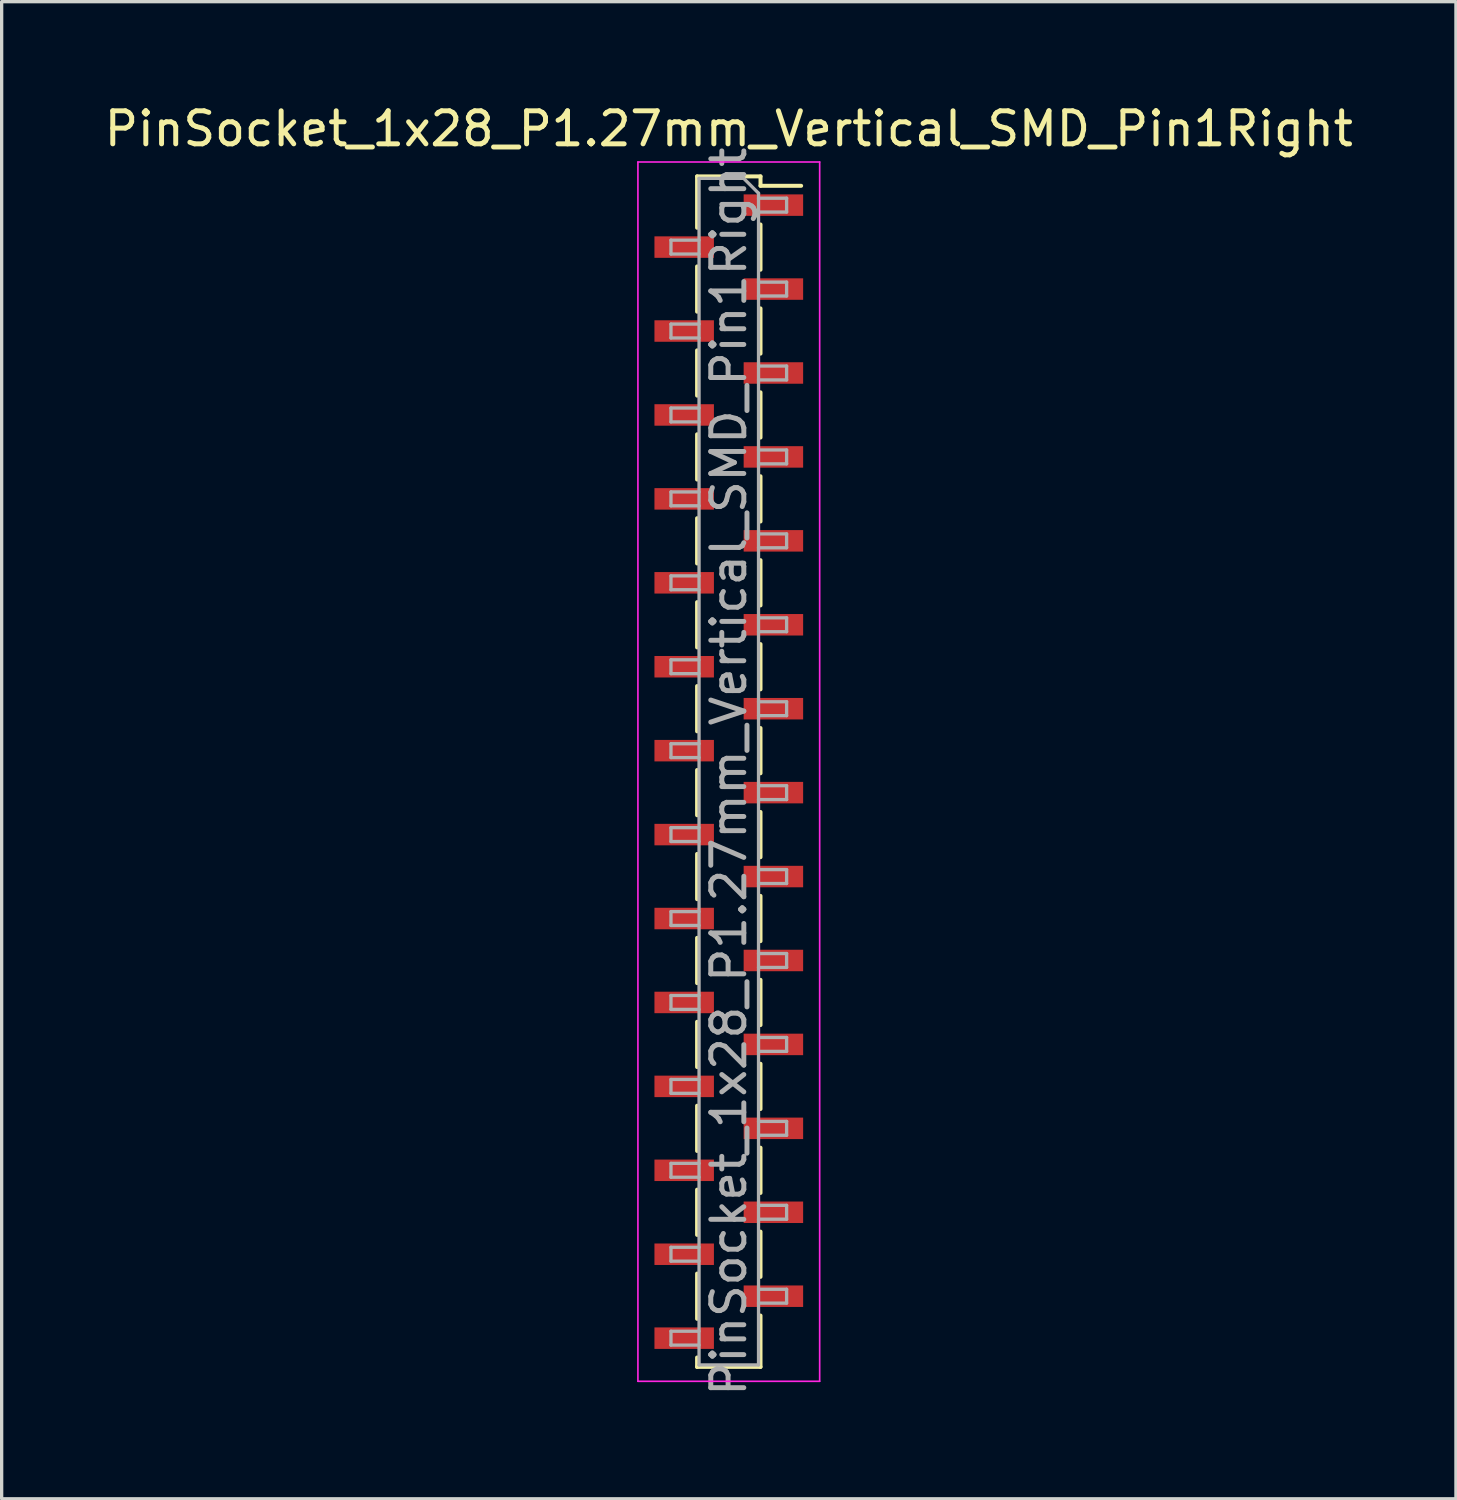
<source format=kicad_pcb>
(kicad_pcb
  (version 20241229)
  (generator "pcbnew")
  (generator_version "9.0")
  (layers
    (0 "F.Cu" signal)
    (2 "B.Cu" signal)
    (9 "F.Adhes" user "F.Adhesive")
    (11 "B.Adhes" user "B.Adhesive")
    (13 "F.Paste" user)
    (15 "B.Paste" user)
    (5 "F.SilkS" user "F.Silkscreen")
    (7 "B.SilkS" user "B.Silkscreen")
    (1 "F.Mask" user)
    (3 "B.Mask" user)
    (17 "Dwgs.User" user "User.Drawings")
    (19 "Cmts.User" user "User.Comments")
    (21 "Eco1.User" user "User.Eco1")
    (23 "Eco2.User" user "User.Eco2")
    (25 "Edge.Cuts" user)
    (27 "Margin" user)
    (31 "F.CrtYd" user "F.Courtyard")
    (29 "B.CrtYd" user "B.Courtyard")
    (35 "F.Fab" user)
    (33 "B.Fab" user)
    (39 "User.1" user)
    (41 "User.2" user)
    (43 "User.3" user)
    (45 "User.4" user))
  (footprint "PinSocket_1x28_P1.27mm_Vertical_SMD_Pin1Right"
    (layer "F.Cu")
    (at 19.006 20.303)
    (property "Reference" "PinSocket_1x28_P1.27mm_Vertical_SMD_Pin1Right" (at 0 -19.455 0) (layer "F.SilkS") (effects (font (size 1 1) (thickness 0.15))))
    (attr smd)
    (fp_line (start -0.96 -18.015) (end -0.96 -16.46) (stroke (width 0.12) (type solid)) (layer "F.SilkS"))
    (fp_line (start -0.96 -18.015) (end 0.96 -18.015) (stroke (width 0.12) (type solid)) (layer "F.SilkS"))
    (fp_line (start -0.96 -15.29) (end -0.96 -13.92) (stroke (width 0.12) (type solid)) (layer "F.SilkS"))
    (fp_line (start -0.96 -12.75) (end -0.96 -11.38) (stroke (width 0.12) (type solid)) (layer "F.SilkS"))
    (fp_line (start -0.96 -10.21) (end -0.96 -8.84) (stroke (width 0.12) (type solid)) (layer "F.SilkS"))
    (fp_line (start -0.96 -7.67) (end -0.96 -6.3) (stroke (width 0.12) (type solid)) (layer "F.SilkS"))
    (fp_line (start -0.96 -5.13) (end -0.96 -3.76) (stroke (width 0.12) (type solid)) (layer "F.SilkS"))
    (fp_line (start -0.96 -2.59) (end -0.96 -1.22) (stroke (width 0.12) (type solid)) (layer "F.SilkS"))
    (fp_line (start -0.96 -0.05) (end -0.96 1.32) (stroke (width 0.12) (type solid)) (layer "F.SilkS"))
    (fp_line (start -0.96 2.49) (end -0.96 3.86) (stroke (width 0.12) (type solid)) (layer "F.SilkS"))
    (fp_line (start -0.96 5.03) (end -0.96 6.4) (stroke (width 0.12) (type solid)) (layer "F.SilkS"))
    (fp_line (start -0.96 7.57) (end -0.96 8.94) (stroke (width 0.12) (type solid)) (layer "F.SilkS"))
    (fp_line (start -0.96 10.11) (end -0.96 11.48) (stroke (width 0.12) (type solid)) (layer "F.SilkS"))
    (fp_line (start -0.96 12.65) (end -0.96 14.02) (stroke (width 0.12) (type solid)) (layer "F.SilkS"))
    (fp_line (start -0.96 15.19) (end -0.96 16.56) (stroke (width 0.12) (type solid)) (layer "F.SilkS"))
    (fp_line (start -0.96 17.73) (end -0.96 18.015) (stroke (width 0.12) (type solid)) (layer "F.SilkS"))
    (fp_line (start -0.96 18.015) (end 0.96 18.015) (stroke (width 0.12) (type solid)) (layer "F.SilkS"))
    (fp_line (start 0.96 -18.015) (end 0.96 -17.73) (stroke (width 0.12) (type solid)) (layer "F.SilkS"))
    (fp_line (start 0.96 -17.73) (end 2.19 -17.73) (stroke (width 0.12) (type solid)) (layer "F.SilkS"))
    (fp_line (start 0.96 -16.56) (end 0.96 -15.19) (stroke (width 0.12) (type solid)) (layer "F.SilkS"))
    (fp_line (start 0.96 -14.02) (end 0.96 -12.65) (stroke (width 0.12) (type solid)) (layer "F.SilkS"))
    (fp_line (start 0.96 -11.48) (end 0.96 -10.11) (stroke (width 0.12) (type solid)) (layer "F.SilkS"))
    (fp_line (start 0.96 -8.94) (end 0.96 -7.57) (stroke (width 0.12) (type solid)) (layer "F.SilkS"))
    (fp_line (start 0.96 -6.4) (end 0.96 -5.03) (stroke (width 0.12) (type solid)) (layer "F.SilkS"))
    (fp_line (start 0.96 -3.86) (end 0.96 -2.49) (stroke (width 0.12) (type solid)) (layer "F.SilkS"))
    (fp_line (start 0.96 -1.32) (end 0.96 0.05) (stroke (width 0.12) (type solid)) (layer "F.SilkS"))
    (fp_line (start 0.96 1.22) (end 0.96 2.59) (stroke (width 0.12) (type solid)) (layer "F.SilkS"))
    (fp_line (start 0.96 3.76) (end 0.96 5.13) (stroke (width 0.12) (type solid)) (layer "F.SilkS"))
    (fp_line (start 0.96 6.3) (end 0.96 7.67) (stroke (width 0.12) (type solid)) (layer "F.SilkS"))
    (fp_line (start 0.96 8.84) (end 0.96 10.21) (stroke (width 0.12) (type solid)) (layer "F.SilkS"))
    (fp_line (start 0.96 11.38) (end 0.96 12.75) (stroke (width 0.12) (type solid)) (layer "F.SilkS"))
    (fp_line (start 0.96 13.92) (end 0.96 15.29) (stroke (width 0.12) (type solid)) (layer "F.SilkS"))
    (fp_line (start 0.96 16.46) (end 0.96 18.015) (stroke (width 0.12) (type solid)) (layer "F.SilkS"))
    (fp_line (start -2.75 -18.45) (end 2.75 -18.45) (stroke (width 0.05) (type solid)) (layer "F.CrtYd"))
    (fp_line (start -2.75 18.45) (end -2.75 -18.45) (stroke (width 0.05) (type solid)) (layer "F.CrtYd"))
    (fp_line (start 2.75 -18.45) (end 2.75 18.45) (stroke (width 0.05) (type solid)) (layer "F.CrtYd"))
    (fp_line (start 2.75 18.45) (end -2.75 18.45) (stroke (width 0.05) (type solid)) (layer "F.CrtYd"))
    (fp_line (start -1.75 -16.085) (end -0.9 -16.085) (stroke (width 0.1) (type solid)) (layer "F.Fab"))
    (fp_line (start -1.75 -15.665) (end -1.75 -16.085) (stroke (width 0.1) (type solid)) (layer "F.Fab"))
    (fp_line (start -1.75 -13.545) (end -0.9 -13.545) (stroke (width 0.1) (type solid)) (layer "F.Fab"))
    (fp_line (start -1.75 -13.125) (end -1.75 -13.545) (stroke (width 0.1) (type solid)) (layer "F.Fab"))
    (fp_line (start -1.75 -11.005) (end -0.9 -11.005) (stroke (width 0.1) (type solid)) (layer "F.Fab"))
    (fp_line (start -1.75 -10.585) (end -1.75 -11.005) (stroke (width 0.1) (type solid)) (layer "F.Fab"))
    (fp_line (start -1.75 -8.465) (end -0.9 -8.465) (stroke (width 0.1) (type solid)) (layer "F.Fab"))
    (fp_line (start -1.75 -8.045) (end -1.75 -8.465) (stroke (width 0.1) (type solid)) (layer "F.Fab"))
    (fp_line (start -1.75 -5.925) (end -0.9 -5.925) (stroke (width 0.1) (type solid)) (layer "F.Fab"))
    (fp_line (start -1.75 -5.505) (end -1.75 -5.925) (stroke (width 0.1) (type solid)) (layer "F.Fab"))
    (fp_line (start -1.75 -3.385) (end -0.9 -3.385) (stroke (width 0.1) (type solid)) (layer "F.Fab"))
    (fp_line (start -1.75 -2.965) (end -1.75 -3.385) (stroke (width 0.1) (type solid)) (layer "F.Fab"))
    (fp_line (start -1.75 -0.845) (end -0.9 -0.845) (stroke (width 0.1) (type solid)) (layer "F.Fab"))
    (fp_line (start -1.75 -0.425) (end -1.75 -0.845) (stroke (width 0.1) (type solid)) (layer "F.Fab"))
    (fp_line (start -1.75 1.695) (end -0.9 1.695) (stroke (width 0.1) (type solid)) (layer "F.Fab"))
    (fp_line (start -1.75 2.115) (end -1.75 1.695) (stroke (width 0.1) (type solid)) (layer "F.Fab"))
    (fp_line (start -1.75 4.235) (end -0.9 4.235) (stroke (width 0.1) (type solid)) (layer "F.Fab"))
    (fp_line (start -1.75 4.655) (end -1.75 4.235) (stroke (width 0.1) (type solid)) (layer "F.Fab"))
    (fp_line (start -1.75 6.775) (end -0.9 6.775) (stroke (width 0.1) (type solid)) (layer "F.Fab"))
    (fp_line (start -1.75 7.195) (end -1.75 6.775) (stroke (width 0.1) (type solid)) (layer "F.Fab"))
    (fp_line (start -1.75 9.315) (end -0.9 9.315) (stroke (width 0.1) (type solid)) (layer "F.Fab"))
    (fp_line (start -1.75 9.735) (end -1.75 9.315) (stroke (width 0.1) (type solid)) (layer "F.Fab"))
    (fp_line (start -1.75 11.855) (end -0.9 11.855) (stroke (width 0.1) (type solid)) (layer "F.Fab"))
    (fp_line (start -1.75 12.275) (end -1.75 11.855) (stroke (width 0.1) (type solid)) (layer "F.Fab"))
    (fp_line (start -1.75 14.395) (end -0.9 14.395) (stroke (width 0.1) (type solid)) (layer "F.Fab"))
    (fp_line (start -1.75 14.815) (end -1.75 14.395) (stroke (width 0.1) (type solid)) (layer "F.Fab"))
    (fp_line (start -1.75 16.935) (end -0.9 16.935) (stroke (width 0.1) (type solid)) (layer "F.Fab"))
    (fp_line (start -1.75 17.355) (end -1.75 16.935) (stroke (width 0.1) (type solid)) (layer "F.Fab"))
    (fp_line (start -0.9 -17.955) (end 0.45 -17.955) (stroke (width 0.1) (type solid)) (layer "F.Fab"))
    (fp_line (start -0.9 -15.665) (end -1.75 -15.665) (stroke (width 0.1) (type solid)) (layer "F.Fab"))
    (fp_line (start -0.9 -13.125) (end -1.75 -13.125) (stroke (width 0.1) (type solid)) (layer "F.Fab"))
    (fp_line (start -0.9 -10.585) (end -1.75 -10.585) (stroke (width 0.1) (type solid)) (layer "F.Fab"))
    (fp_line (start -0.9 -8.045) (end -1.75 -8.045) (stroke (width 0.1) (type solid)) (layer "F.Fab"))
    (fp_line (start -0.9 -5.505) (end -1.75 -5.505) (stroke (width 0.1) (type solid)) (layer "F.Fab"))
    (fp_line (start -0.9 -2.965) (end -1.75 -2.965) (stroke (width 0.1) (type solid)) (layer "F.Fab"))
    (fp_line (start -0.9 -0.425) (end -1.75 -0.425) (stroke (width 0.1) (type solid)) (layer "F.Fab"))
    (fp_line (start -0.9 2.115) (end -1.75 2.115) (stroke (width 0.1) (type solid)) (layer "F.Fab"))
    (fp_line (start -0.9 4.655) (end -1.75 4.655) (stroke (width 0.1) (type solid)) (layer "F.Fab"))
    (fp_line (start -0.9 7.195) (end -1.75 7.195) (stroke (width 0.1) (type solid)) (layer "F.Fab"))
    (fp_line (start -0.9 9.735) (end -1.75 9.735) (stroke (width 0.1) (type solid)) (layer "F.Fab"))
    (fp_line (start -0.9 12.275) (end -1.75 12.275) (stroke (width 0.1) (type solid)) (layer "F.Fab"))
    (fp_line (start -0.9 14.815) (end -1.75 14.815) (stroke (width 0.1) (type solid)) (layer "F.Fab"))
    (fp_line (start -0.9 17.355) (end -1.75 17.355) (stroke (width 0.1) (type solid)) (layer "F.Fab"))
    (fp_line (start -0.9 17.955) (end -0.9 -17.955) (stroke (width 0.1) (type solid)) (layer "F.Fab"))
    (fp_line (start 0.45 -17.955) (end 0.9 -17.505) (stroke (width 0.1) (type solid)) (layer "F.Fab"))
    (fp_line (start 0.9 -17.505) (end 0.9 17.955) (stroke (width 0.1) (type solid)) (layer "F.Fab"))
    (fp_line (start 0.9 -17.355) (end 1.75 -17.355) (stroke (width 0.1) (type solid)) (layer "F.Fab"))
    (fp_line (start 0.9 -14.815) (end 1.75 -14.815) (stroke (width 0.1) (type solid)) (layer "F.Fab"))
    (fp_line (start 0.9 -12.275) (end 1.75 -12.275) (stroke (width 0.1) (type solid)) (layer "F.Fab"))
    (fp_line (start 0.9 -9.735) (end 1.75 -9.735) (stroke (width 0.1) (type solid)) (layer "F.Fab"))
    (fp_line (start 0.9 -7.195) (end 1.75 -7.195) (stroke (width 0.1) (type solid)) (layer "F.Fab"))
    (fp_line (start 0.9 -4.655) (end 1.75 -4.655) (stroke (width 0.1) (type solid)) (layer "F.Fab"))
    (fp_line (start 0.9 -2.115) (end 1.75 -2.115) (stroke (width 0.1) (type solid)) (layer "F.Fab"))
    (fp_line (start 0.9 0.425) (end 1.75 0.425) (stroke (width 0.1) (type solid)) (layer "F.Fab"))
    (fp_line (start 0.9 2.965) (end 1.75 2.965) (stroke (width 0.1) (type solid)) (layer "F.Fab"))
    (fp_line (start 0.9 5.505) (end 1.75 5.505) (stroke (width 0.1) (type solid)) (layer "F.Fab"))
    (fp_line (start 0.9 8.045) (end 1.75 8.045) (stroke (width 0.1) (type solid)) (layer "F.Fab"))
    (fp_line (start 0.9 10.585) (end 1.75 10.585) (stroke (width 0.1) (type solid)) (layer "F.Fab"))
    (fp_line (start 0.9 13.125) (end 1.75 13.125) (stroke (width 0.1) (type solid)) (layer "F.Fab"))
    (fp_line (start 0.9 15.665) (end 1.75 15.665) (stroke (width 0.1) (type solid)) (layer "F.Fab"))
    (fp_line (start 0.9 17.955) (end -0.9 17.955) (stroke (width 0.1) (type solid)) (layer "F.Fab"))
    (fp_line (start 1.75 -17.355) (end 1.75 -16.935) (stroke (width 0.1) (type solid)) (layer "F.Fab"))
    (fp_line (start 1.75 -16.935) (end 0.9 -16.935) (stroke (width 0.1) (type solid)) (layer "F.Fab"))
    (fp_line (start 1.75 -14.815) (end 1.75 -14.395) (stroke (width 0.1) (type solid)) (layer "F.Fab"))
    (fp_line (start 1.75 -14.395) (end 0.9 -14.395) (stroke (width 0.1) (type solid)) (layer "F.Fab"))
    (fp_line (start 1.75 -12.275) (end 1.75 -11.855) (stroke (width 0.1) (type solid)) (layer "F.Fab"))
    (fp_line (start 1.75 -11.855) (end 0.9 -11.855) (stroke (width 0.1) (type solid)) (layer "F.Fab"))
    (fp_line (start 1.75 -9.735) (end 1.75 -9.315) (stroke (width 0.1) (type solid)) (layer "F.Fab"))
    (fp_line (start 1.75 -9.315) (end 0.9 -9.315) (stroke (width 0.1) (type solid)) (layer "F.Fab"))
    (fp_line (start 1.75 -7.195) (end 1.75 -6.775) (stroke (width 0.1) (type solid)) (layer "F.Fab"))
    (fp_line (start 1.75 -6.775) (end 0.9 -6.775) (stroke (width 0.1) (type solid)) (layer "F.Fab"))
    (fp_line (start 1.75 -4.655) (end 1.75 -4.235) (stroke (width 0.1) (type solid)) (layer "F.Fab"))
    (fp_line (start 1.75 -4.235) (end 0.9 -4.235) (stroke (width 0.1) (type solid)) (layer "F.Fab"))
    (fp_line (start 1.75 -2.115) (end 1.75 -1.695) (stroke (width 0.1) (type solid)) (layer "F.Fab"))
    (fp_line (start 1.75 -1.695) (end 0.9 -1.695) (stroke (width 0.1) (type solid)) (layer "F.Fab"))
    (fp_line (start 1.75 0.425) (end 1.75 0.845) (stroke (width 0.1) (type solid)) (layer "F.Fab"))
    (fp_line (start 1.75 0.845) (end 0.9 0.845) (stroke (width 0.1) (type solid)) (layer "F.Fab"))
    (fp_line (start 1.75 2.965) (end 1.75 3.385) (stroke (width 0.1) (type solid)) (layer "F.Fab"))
    (fp_line (start 1.75 3.385) (end 0.9 3.385) (stroke (width 0.1) (type solid)) (layer "F.Fab"))
    (fp_line (start 1.75 5.505) (end 1.75 5.925) (stroke (width 0.1) (type solid)) (layer "F.Fab"))
    (fp_line (start 1.75 5.925) (end 0.9 5.925) (stroke (width 0.1) (type solid)) (layer "F.Fab"))
    (fp_line (start 1.75 8.045) (end 1.75 8.465) (stroke (width 0.1) (type solid)) (layer "F.Fab"))
    (fp_line (start 1.75 8.465) (end 0.9 8.465) (stroke (width 0.1) (type solid)) (layer "F.Fab"))
    (fp_line (start 1.75 10.585) (end 1.75 11.005) (stroke (width 0.1) (type solid)) (layer "F.Fab"))
    (fp_line (start 1.75 11.005) (end 0.9 11.005) (stroke (width 0.1) (type solid)) (layer "F.Fab"))
    (fp_line (start 1.75 13.125) (end 1.75 13.545) (stroke (width 0.1) (type solid)) (layer "F.Fab"))
    (fp_line (start 1.75 13.545) (end 0.9 13.545) (stroke (width 0.1) (type solid)) (layer "F.Fab"))
    (fp_line (start 1.75 15.665) (end 1.75 16.085) (stroke (width 0.1) (type solid)) (layer "F.Fab"))
    (fp_line (start 1.75 16.085) (end 0.9 16.085) (stroke (width 0.1) (type solid)) (layer "F.Fab"))
    (fp_text user "${REFERENCE}" (at 0 0 90) (layer "F.Fab") (effects (font (size 1 1) (thickness 0.15))))
    (pad "1" smd rect (at 1.35 -17.145) (size 1.8 0.65) (layers "F.Cu" "F.Mask" "F.Paste"))
    (pad "2" smd rect (at -1.35 -15.875) (size 1.8 0.65) (layers "F.Cu" "F.Mask" "F.Paste"))
    (pad "3" smd rect (at 1.35 -14.605) (size 1.8 0.65) (layers "F.Cu" "F.Mask" "F.Paste"))
    (pad "4" smd rect (at -1.35 -13.335) (size 1.8 0.65) (layers "F.Cu" "F.Mask" "F.Paste"))
    (pad "5" smd rect (at 1.35 -12.065) (size 1.8 0.65) (layers "F.Cu" "F.Mask" "F.Paste"))
    (pad "6" smd rect (at -1.35 -10.795) (size 1.8 0.65) (layers "F.Cu" "F.Mask" "F.Paste"))
    (pad "7" smd rect (at 1.35 -9.525) (size 1.8 0.65) (layers "F.Cu" "F.Mask" "F.Paste"))
    (pad "8" smd rect (at -1.35 -8.255) (size 1.8 0.65) (layers "F.Cu" "F.Mask" "F.Paste"))
    (pad "9" smd rect (at 1.35 -6.985) (size 1.8 0.65) (layers "F.Cu" "F.Mask" "F.Paste"))
    (pad "10" smd rect (at -1.35 -5.715) (size 1.8 0.65) (layers "F.Cu" "F.Mask" "F.Paste"))
    (pad "11" smd rect (at 1.35 -4.445) (size 1.8 0.65) (layers "F.Cu" "F.Mask" "F.Paste"))
    (pad "12" smd rect (at -1.35 -3.175) (size 1.8 0.65) (layers "F.Cu" "F.Mask" "F.Paste"))
    (pad "13" smd rect (at 1.35 -1.905) (size 1.8 0.65) (layers "F.Cu" "F.Mask" "F.Paste"))
    (pad "14" smd rect (at -1.35 -0.635) (size 1.8 0.65) (layers "F.Cu" "F.Mask" "F.Paste"))
    (pad "15" smd rect (at 1.35 0.635) (size 1.8 0.65) (layers "F.Cu" "F.Mask" "F.Paste"))
    (pad "16" smd rect (at -1.35 1.905) (size 1.8 0.65) (layers "F.Cu" "F.Mask" "F.Paste"))
    (pad "17" smd rect (at 1.35 3.175) (size 1.8 0.65) (layers "F.Cu" "F.Mask" "F.Paste"))
    (pad "18" smd rect (at -1.35 4.445) (size 1.8 0.65) (layers "F.Cu" "F.Mask" "F.Paste"))
    (pad "19" smd rect (at 1.35 5.715) (size 1.8 0.65) (layers "F.Cu" "F.Mask" "F.Paste"))
    (pad "20" smd rect (at -1.35 6.985) (size 1.8 0.65) (layers "F.Cu" "F.Mask" "F.Paste"))
    (pad "21" smd rect (at 1.35 8.255) (size 1.8 0.65) (layers "F.Cu" "F.Mask" "F.Paste"))
    (pad "22" smd rect (at -1.35 9.525) (size 1.8 0.65) (layers "F.Cu" "F.Mask" "F.Paste"))
    (pad "23" smd rect (at 1.35 10.795) (size 1.8 0.65) (layers "F.Cu" "F.Mask" "F.Paste"))
    (pad "24" smd rect (at -1.35 12.065) (size 1.8 0.65) (layers "F.Cu" "F.Mask" "F.Paste"))
    (pad "25" smd rect (at 1.35 13.335) (size 1.8 0.65) (layers "F.Cu" "F.Mask" "F.Paste"))
    (pad "26" smd rect (at -1.35 14.605) (size 1.8 0.65) (layers "F.Cu" "F.Mask" "F.Paste"))
    (pad "27" smd rect (at 1.35 15.875) (size 1.8 0.65) (layers "F.Cu" "F.Mask" "F.Paste"))
    (pad "28" smd rect (at -1.35 17.145) (size 1.8 0.65) (layers "F.Cu" "F.Mask" "F.Paste")))
  (gr_rect
    (start -3 -3)
    (end 41.012 42.309)
    (stroke (width 0.1) (type default))
    (fill no)
    (layer "Edge.Cuts")))
</source>
